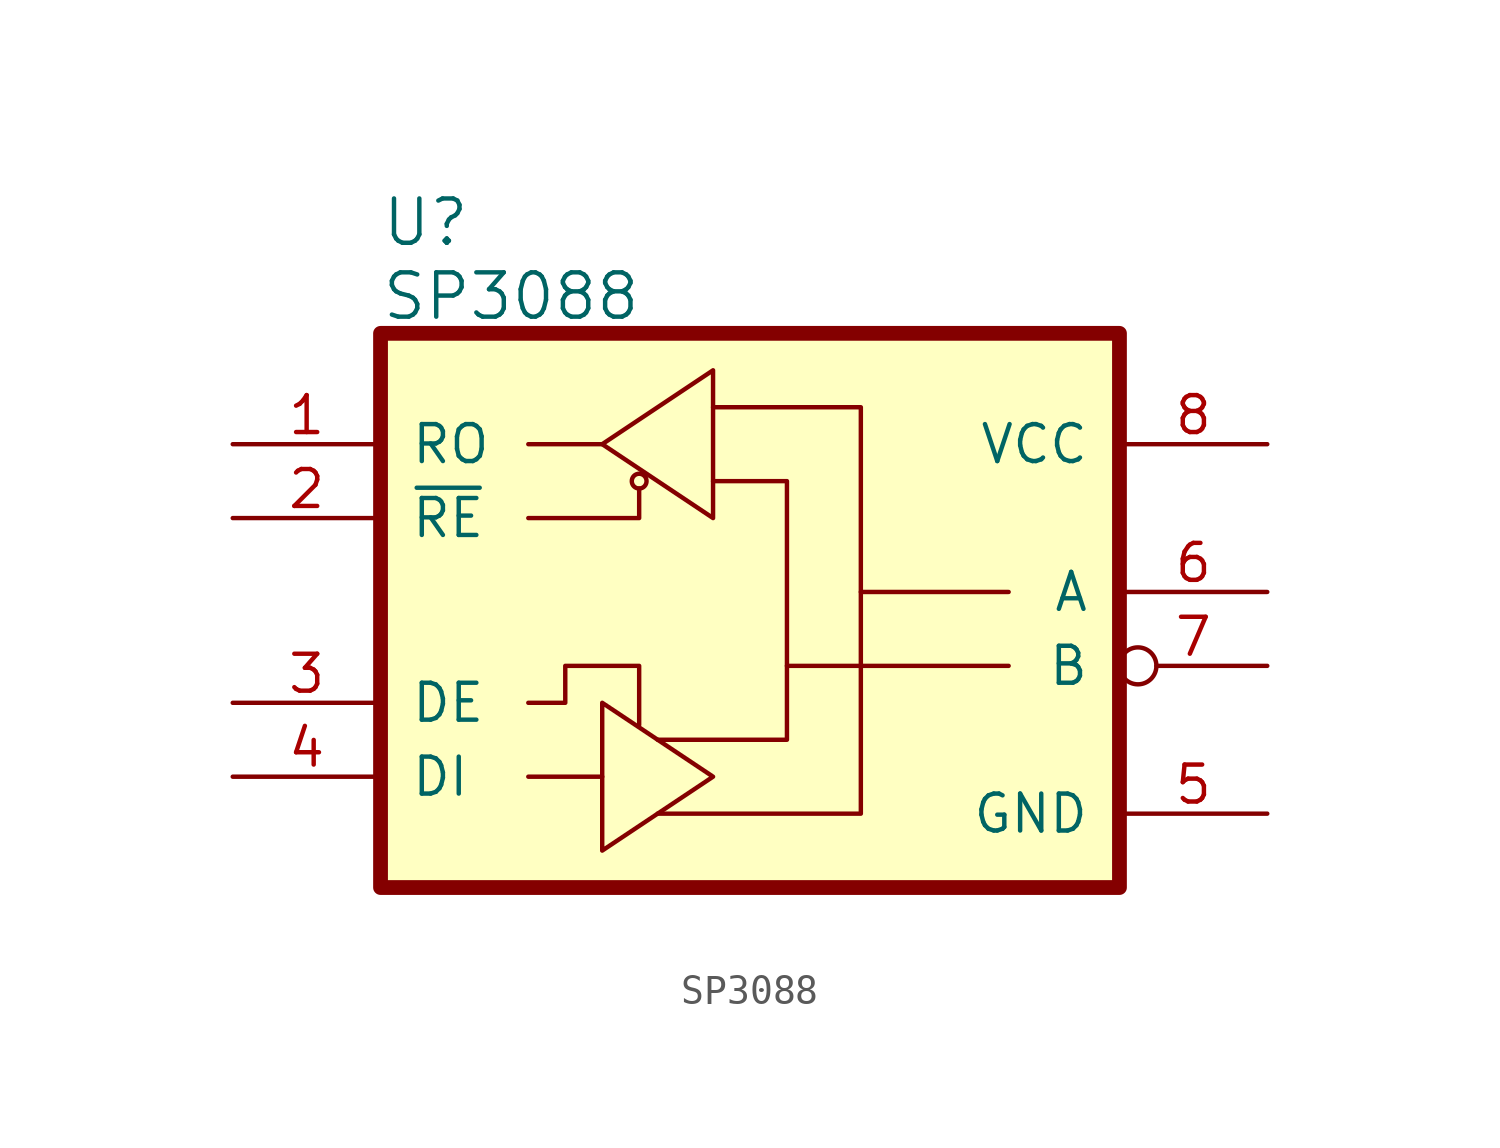
<source format=kicad_sym>
(kicad_symbol_lib
  (version 20211014)
  (generator kicad_symbol_editor)
  (symbol "SP3088"
    (pin_names
      (offset 1.016))
    (property "Reference" "U"
      (at -12.7 13.97 0)
      (effects (font (size 1.524 1.524)) (justify left)))
    (property "Value" "SP3088"
      (at -12.7 11.43 0)
      (effects (font (size 1.524 1.524)) (justify left)))
    (symbol "SP3088_0_1"
      (circle (center -3.81 5.08) (radius 0.254) (stroke (width 0) (type default)) (fill (type none)))
      (polyline (pts (xy -7.62 6.35) (xy -5.08 6.35)) (stroke (width 0) (type default)) (fill (type none)))
      (polyline (pts (xy -5.08 -5.08) (xy -7.62 -5.08)) (stroke (width 0) (type default)) (fill (type none)))
      (polyline (pts (xy -7.62 3.81) (xy -3.81 3.81) (xy -3.81 4.826)) (stroke (width 0) (type default)) (fill (type none)))
      (polyline (pts (xy -3.175 -6.35) (xy 3.81 -6.35) (xy 3.81 1.27)) (stroke (width 0) (type default)) (fill (type none)))
      (polyline (pts (xy -3.175 -3.81) (xy 1.27 -3.81) (xy 1.27 -1.27)) (stroke (width 0) (type default)) (fill (type none)))
      (polyline (pts (xy -5.08 6.35) (xy -1.27 8.89) (xy -1.27 3.81) (xy -5.08 6.35)) (stroke (width 0) (type default)) (fill (type none)))
      (polyline (pts (xy -1.27 -5.08) (xy -5.08 -7.62) (xy -5.08 -2.54) (xy -1.27 -5.08)) (stroke (width 0) (type default)) (fill (type none)))
      (polyline (pts (xy -1.27 5.08) (xy 1.27 5.08) (xy 1.27 -1.27) (xy 8.89 -1.27)) (stroke (width 0) (type default)) (fill (type none)))
      (polyline (pts (xy -1.27 7.62) (xy 3.81 7.62) (xy 3.81 1.27) (xy 8.89 1.27)) (stroke (width 0) (type default)) (fill (type none)))
      (polyline (pts (xy -7.62 -2.54) (xy -6.35 -2.54) (xy -6.35 -1.27) (xy -3.81 -1.27) (xy -3.81 -3.302)) (stroke (width 0) (type default)) (fill (type none)))
      (rectangle (start 12.7 -8.89) (end -12.7 10.16) (stroke (width 0.508) (type default)) (fill (type background))))
    (symbol "SP3088_1_1"
      (pin output line (at -17.78 6.35 0) (length 5.08) (name "RO" (effects (font (size 1.27 1.27)))) (number "1" (effects (font (size 1.27 1.27)))))
      (pin input line (at -17.78 3.81 0) (length 5.08) (name "~{RE}" (effects (font (size 1.27 1.27)))) (number "2" (effects (font (size 1.27 1.27)))))
      (pin input line (at -17.78 -2.54 0) (length 5.08) (name "DE" (effects (font (size 1.27 1.27)))) (number "3" (effects (font (size 1.27 1.27)))))
      (pin input line (at -17.78 -5.08 0) (length 5.08) (name "DI" (effects (font (size 1.27 1.27)))) (number "4" (effects (font (size 1.27 1.27)))))
      (pin power_in line (at 17.78 -6.35 180) (length 5.08) (name "GND" (effects (font (size 1.27 1.27)))) (number "5" (effects (font (size 1.27 1.27)))))
      (pin bidirectional line (at 17.78 1.27 180) (length 5.08) (name "A" (effects (font (size 1.27 1.27)))) (number "6" (effects (font (size 1.27 1.27)))))
      (pin bidirectional inverted (at 17.78 -1.27 180) (length 5.08) (name "B" (effects (font (size 1.27 1.27)))) (number "7" (effects (font (size 1.27 1.27)))))
      (pin power_out line (at 17.78 6.35 180) (length 5.08) (name "VCC" (effects (font (size 1.27 1.27)))) (number "8" (effects (font (size 1.27 1.27))))))))
</source>
